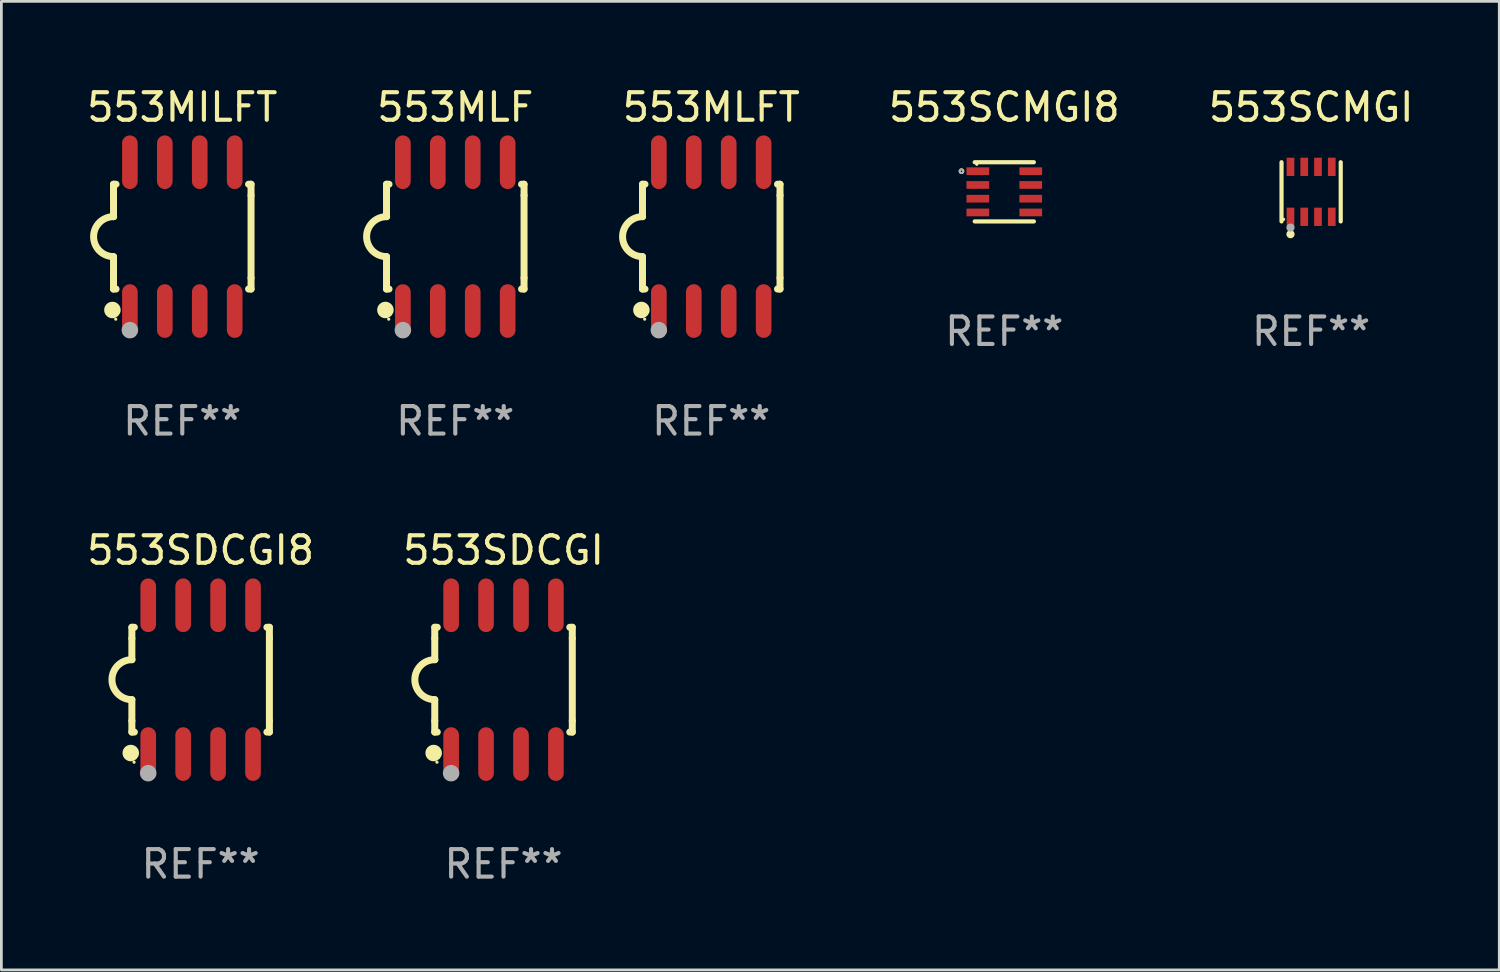
<source format=kicad_pcb>
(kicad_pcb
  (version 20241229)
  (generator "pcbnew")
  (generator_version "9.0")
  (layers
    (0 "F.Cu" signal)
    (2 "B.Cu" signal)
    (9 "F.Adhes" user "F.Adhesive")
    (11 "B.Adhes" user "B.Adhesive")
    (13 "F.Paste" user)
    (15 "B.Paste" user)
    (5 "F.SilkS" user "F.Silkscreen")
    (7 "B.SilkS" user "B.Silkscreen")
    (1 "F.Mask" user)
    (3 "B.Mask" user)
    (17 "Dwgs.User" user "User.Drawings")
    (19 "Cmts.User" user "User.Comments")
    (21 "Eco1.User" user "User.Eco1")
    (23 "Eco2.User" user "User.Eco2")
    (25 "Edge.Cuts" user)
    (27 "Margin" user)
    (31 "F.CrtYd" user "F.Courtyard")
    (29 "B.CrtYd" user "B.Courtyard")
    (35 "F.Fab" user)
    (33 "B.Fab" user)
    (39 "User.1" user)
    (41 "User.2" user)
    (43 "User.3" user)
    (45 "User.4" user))
  (footprint "553MLFT"
    (layer "F.Cu")
    (at 22.808 5.553)
    (property "Reference" "553MLFT" (at 0 -4.705 0) (layer "F.SilkS") (effects (font (size 1 1) (thickness 0.15))))
    (attr through_hole)
    (fp_line (start -2.5 -1.905) (end -2.409 -1.905) (stroke (width 0.254) (type solid)) (layer "F.SilkS"))
    (fp_line (start -2.5 -1.5) (end -2.5 -1.905) (stroke (width 0.254) (type solid)) (layer "F.SilkS"))
    (fp_line (start -2.5 -1.5) (end -2.5 -0.726) (stroke (width 0.254) (type solid)) (layer "F.SilkS"))
    (fp_line (start -2.5 1.5) (end -2.5 0.727) (stroke (width 0.254) (type solid)) (layer "F.SilkS"))
    (fp_line (start -2.5 1.5) (end -2.5 1.905) (stroke (width 0.254) (type solid)) (layer "F.SilkS"))
    (fp_line (start -2.5 1.905) (end -2.409 1.905) (stroke (width 0.254) (type solid)) (layer "F.SilkS"))
    (fp_line (start 2.5 -1.905) (end 2.409 -1.905) (stroke (width 0.254) (type solid)) (layer "F.SilkS"))
    (fp_line (start 2.5 -1.5) (end 2.5 -1.905) (stroke (width 0.254) (type solid)) (layer "F.SilkS"))
    (fp_line (start 2.5 -1.5) (end 2.5 1.5) (stroke (width 0.254) (type solid)) (layer "F.SilkS"))
    (fp_line (start 2.5 1.5) (end 2.5 1.905) (stroke (width 0.254) (type solid)) (layer "F.SilkS"))
    (fp_line (start 2.5 1.905) (end 2.409 1.905) (stroke (width 0.254) (type solid)) (layer "F.SilkS"))
    (fp_arc (start -2.5 0.726568) (mid -3.220316 -0.0023) (end -2.495097 -0.726289) (stroke (width 0.254001) (type solid)) (layer "F.SilkS"))
    (fp_circle (center -2.54 2.667) (end -2.39 2.667) (stroke (width 0.3) (type solid)) (fill no) (layer "F.SilkS"))
    (fp_circle (center -2.42 3) (end -2.39 3) (stroke (width 0.06) (type solid)) (fill no) (layer "F.SilkS"))
    (fp_circle (center -1.905 3.4) (end -1.755 3.4) (stroke (width 0.3) (type solid)) (fill no) (layer "F.Fab"))
    (fp_text user "REF**" (at 0 6.705 0) (layer "F.Fab") (effects (font (size 1 1) (thickness 0.15))))
    (pad "1" smd oval (at -1.905 2.705) (size 0.568 1.95) (layers "F.Cu" "F.Mask" "F.Paste"))
    (pad "2" smd oval (at -0.635 2.705) (size 0.568 1.95) (layers "F.Cu" "F.Mask" "F.Paste"))
    (pad "3" smd oval (at 0.635 2.705) (size 0.568 1.95) (layers "F.Cu" "F.Mask" "F.Paste"))
    (pad "4" smd oval (at 1.905 2.705) (size 0.568 1.95) (layers "F.Cu" "F.Mask" "F.Paste"))
    (pad "5" smd oval (at 1.905 -2.705) (size 0.568 1.95) (layers "F.Cu" "F.Mask" "F.Paste"))
    (pad "6" smd oval (at 0.635 -2.705) (size 0.568 1.95) (layers "F.Cu" "F.Mask" "F.Paste"))
    (pad "7" smd oval (at -0.635 -2.705) (size 0.568 1.95) (layers "F.Cu" "F.Mask" "F.Paste"))
    (pad "8" smd oval (at -1.905 -2.705) (size 0.568 1.95) (layers "F.Cu" "F.Mask" "F.Paste")))
  (footprint "553MLF"
    (layer "F.Cu")
    (at 13.502 5.553)
    (property "Reference" "553MLF" (at 0 -4.705 0) (layer "F.SilkS") (effects (font (size 1 1) (thickness 0.15))))
    (attr through_hole)
    (fp_line (start -2.5 -1.905) (end -2.409 -1.905) (stroke (width 0.254) (type solid)) (layer "F.SilkS"))
    (fp_line (start -2.5 -1.5) (end -2.5 -1.905) (stroke (width 0.254) (type solid)) (layer "F.SilkS"))
    (fp_line (start -2.5 -1.5) (end -2.5 -0.726) (stroke (width 0.254) (type solid)) (layer "F.SilkS"))
    (fp_line (start -2.5 1.5) (end -2.5 0.727) (stroke (width 0.254) (type solid)) (layer "F.SilkS"))
    (fp_line (start -2.5 1.5) (end -2.5 1.905) (stroke (width 0.254) (type solid)) (layer "F.SilkS"))
    (fp_line (start -2.5 1.905) (end -2.409 1.905) (stroke (width 0.254) (type solid)) (layer "F.SilkS"))
    (fp_line (start 2.5 -1.905) (end 2.409 -1.905) (stroke (width 0.254) (type solid)) (layer "F.SilkS"))
    (fp_line (start 2.5 -1.5) (end 2.5 -1.905) (stroke (width 0.254) (type solid)) (layer "F.SilkS"))
    (fp_line (start 2.5 -1.5) (end 2.5 1.5) (stroke (width 0.254) (type solid)) (layer "F.SilkS"))
    (fp_line (start 2.5 1.5) (end 2.5 1.905) (stroke (width 0.254) (type solid)) (layer "F.SilkS"))
    (fp_line (start 2.5 1.905) (end 2.409 1.905) (stroke (width 0.254) (type solid)) (layer "F.SilkS"))
    (fp_arc (start -2.5 0.726568) (mid -3.220316 -0.0023) (end -2.495097 -0.726289) (stroke (width 0.254001) (type solid)) (layer "F.SilkS"))
    (fp_circle (center -2.54 2.667) (end -2.39 2.667) (stroke (width 0.3) (type solid)) (fill no) (layer "F.SilkS"))
    (fp_circle (center -2.42 3) (end -2.39 3) (stroke (width 0.06) (type solid)) (fill no) (layer "F.SilkS"))
    (fp_circle (center -1.905 3.4) (end -1.755 3.4) (stroke (width 0.3) (type solid)) (fill no) (layer "F.Fab"))
    (fp_text user "REF**" (at 0 6.705 0) (layer "F.Fab") (effects (font (size 1 1) (thickness 0.15))))
    (pad "1" smd oval (at -1.905 2.705) (size 0.568 1.95) (layers "F.Cu" "F.Mask" "F.Paste"))
    (pad "2" smd oval (at -0.635 2.705) (size 0.568 1.95) (layers "F.Cu" "F.Mask" "F.Paste"))
    (pad "3" smd oval (at 0.635 2.705) (size 0.568 1.95) (layers "F.Cu" "F.Mask" "F.Paste"))
    (pad "4" smd oval (at 1.905 2.705) (size 0.568 1.95) (layers "F.Cu" "F.Mask" "F.Paste"))
    (pad "5" smd oval (at 1.905 -2.705) (size 0.568 1.95) (layers "F.Cu" "F.Mask" "F.Paste"))
    (pad "6" smd oval (at 0.635 -2.705) (size 0.568 1.95) (layers "F.Cu" "F.Mask" "F.Paste"))
    (pad "7" smd oval (at -0.635 -2.705) (size 0.568 1.95) (layers "F.Cu" "F.Mask" "F.Paste"))
    (pad "8" smd oval (at -1.905 -2.705) (size 0.568 1.95) (layers "F.Cu" "F.Mask" "F.Paste")))
  (footprint "553MILFT"
    (layer "F.Cu")
    (at 3.577 5.553)
    (property "Reference" "553MILFT" (at 0 -4.705 0) (layer "F.SilkS") (effects (font (size 1 1) (thickness 0.15))))
    (attr through_hole)
    (fp_line (start -2.5 -1.905) (end -2.409 -1.905) (stroke (width 0.254) (type solid)) (layer "F.SilkS"))
    (fp_line (start -2.5 -1.5) (end -2.5 -1.905) (stroke (width 0.254) (type solid)) (layer "F.SilkS"))
    (fp_line (start -2.5 -1.5) (end -2.5 -0.726) (stroke (width 0.254) (type solid)) (layer "F.SilkS"))
    (fp_line (start -2.5 1.5) (end -2.5 0.727) (stroke (width 0.254) (type solid)) (layer "F.SilkS"))
    (fp_line (start -2.5 1.5) (end -2.5 1.905) (stroke (width 0.254) (type solid)) (layer "F.SilkS"))
    (fp_line (start -2.5 1.905) (end -2.409 1.905) (stroke (width 0.254) (type solid)) (layer "F.SilkS"))
    (fp_line (start 2.5 -1.905) (end 2.409 -1.905) (stroke (width 0.254) (type solid)) (layer "F.SilkS"))
    (fp_line (start 2.5 -1.5) (end 2.5 -1.905) (stroke (width 0.254) (type solid)) (layer "F.SilkS"))
    (fp_line (start 2.5 -1.5) (end 2.5 1.5) (stroke (width 0.254) (type solid)) (layer "F.SilkS"))
    (fp_line (start 2.5 1.5) (end 2.5 1.905) (stroke (width 0.254) (type solid)) (layer "F.SilkS"))
    (fp_line (start 2.5 1.905) (end 2.409 1.905) (stroke (width 0.254) (type solid)) (layer "F.SilkS"))
    (fp_arc (start -2.5 0.726568) (mid -3.220316 -0.0023) (end -2.495097 -0.726289) (stroke (width 0.254001) (type solid)) (layer "F.SilkS"))
    (fp_circle (center -2.54 2.667) (end -2.39 2.667) (stroke (width 0.3) (type solid)) (fill no) (layer "F.SilkS"))
    (fp_circle (center -2.42 3) (end -2.39 3) (stroke (width 0.06) (type solid)) (fill no) (layer "F.SilkS"))
    (fp_circle (center -1.905 3.4) (end -1.755 3.4) (stroke (width 0.3) (type solid)) (fill no) (layer "F.Fab"))
    (fp_text user "REF**" (at 0 6.705 0) (layer "F.Fab") (effects (font (size 1 1) (thickness 0.15))))
    (pad "1" smd oval (at -1.905 2.705) (size 0.568 1.95) (layers "F.Cu" "F.Mask" "F.Paste"))
    (pad "2" smd oval (at -0.635 2.705) (size 0.568 1.95) (layers "F.Cu" "F.Mask" "F.Paste"))
    (pad "3" smd oval (at 0.635 2.705) (size 0.568 1.95) (layers "F.Cu" "F.Mask" "F.Paste"))
    (pad "4" smd oval (at 1.905 2.705) (size 0.568 1.95) (layers "F.Cu" "F.Mask" "F.Paste"))
    (pad "5" smd oval (at 1.905 -2.705) (size 0.568 1.95) (layers "F.Cu" "F.Mask" "F.Paste"))
    (pad "6" smd oval (at 0.635 -2.705) (size 0.568 1.95) (layers "F.Cu" "F.Mask" "F.Paste"))
    (pad "7" smd oval (at -0.635 -2.705) (size 0.568 1.95) (layers "F.Cu" "F.Mask" "F.Paste"))
    (pad "8" smd oval (at -1.905 -2.705) (size 0.568 1.95) (layers "F.Cu" "F.Mask" "F.Paste")))
  (footprint "553SDCGI8"
    (layer "F.Cu")
    (at 4.244 21.66)
    (property "Reference" "553SDCGI8" (at 0 -4.705 0) (layer "F.SilkS") (effects (font (size 1 1) (thickness 0.15))))
    (attr through_hole)
    (fp_line (start -2.5 -1.905) (end -2.409 -1.905) (stroke (width 0.254) (type solid)) (layer "F.SilkS"))
    (fp_line (start -2.5 -1.5) (end -2.5 -1.905) (stroke (width 0.254) (type solid)) (layer "F.SilkS"))
    (fp_line (start -2.5 -1.5) (end -2.5 -0.726) (stroke (width 0.254) (type solid)) (layer "F.SilkS"))
    (fp_line (start -2.5 1.5) (end -2.5 0.727) (stroke (width 0.254) (type solid)) (layer "F.SilkS"))
    (fp_line (start -2.5 1.5) (end -2.5 1.905) (stroke (width 0.254) (type solid)) (layer "F.SilkS"))
    (fp_line (start -2.5 1.905) (end -2.409 1.905) (stroke (width 0.254) (type solid)) (layer "F.SilkS"))
    (fp_line (start 2.5 -1.905) (end 2.409 -1.905) (stroke (width 0.254) (type solid)) (layer "F.SilkS"))
    (fp_line (start 2.5 -1.5) (end 2.5 -1.905) (stroke (width 0.254) (type solid)) (layer "F.SilkS"))
    (fp_line (start 2.5 -1.5) (end 2.5 1.5) (stroke (width 0.254) (type solid)) (layer "F.SilkS"))
    (fp_line (start 2.5 1.5) (end 2.5 1.905) (stroke (width 0.254) (type solid)) (layer "F.SilkS"))
    (fp_line (start 2.5 1.905) (end 2.409 1.905) (stroke (width 0.254) (type solid)) (layer "F.SilkS"))
    (fp_arc (start -2.5 0.726568) (mid -3.220316 -0.0023) (end -2.495097 -0.726289) (stroke (width 0.254001) (type solid)) (layer "F.SilkS"))
    (fp_circle (center -2.54 2.667) (end -2.39 2.667) (stroke (width 0.3) (type solid)) (fill no) (layer "F.SilkS"))
    (fp_circle (center -2.42 3) (end -2.39 3) (stroke (width 0.06) (type solid)) (fill no) (layer "F.SilkS"))
    (fp_circle (center -1.905 3.4) (end -1.755 3.4) (stroke (width 0.3) (type solid)) (fill no) (layer "F.Fab"))
    (fp_text user "REF**" (at 0 6.705 0) (layer "F.Fab") (effects (font (size 1 1) (thickness 0.15))))
    (pad "1" smd oval (at -1.905 2.705) (size 0.568 1.95) (layers "F.Cu" "F.Mask" "F.Paste"))
    (pad "2" smd oval (at -0.635 2.705) (size 0.568 1.95) (layers "F.Cu" "F.Mask" "F.Paste"))
    (pad "3" smd oval (at 0.635 2.705) (size 0.568 1.95) (layers "F.Cu" "F.Mask" "F.Paste"))
    (pad "4" smd oval (at 1.905 2.705) (size 0.568 1.95) (layers "F.Cu" "F.Mask" "F.Paste"))
    (pad "5" smd oval (at 1.905 -2.705) (size 0.568 1.95) (layers "F.Cu" "F.Mask" "F.Paste"))
    (pad "6" smd oval (at 0.635 -2.705) (size 0.568 1.95) (layers "F.Cu" "F.Mask" "F.Paste"))
    (pad "7" smd oval (at -0.635 -2.705) (size 0.568 1.95) (layers "F.Cu" "F.Mask" "F.Paste"))
    (pad "8" smd oval (at -1.905 -2.705) (size 0.568 1.95) (layers "F.Cu" "F.Mask" "F.Paste")))
  (footprint "553SCMGI8"
    (layer "F.Cu")
    (at 33.462 3.924)
    (property "Reference" "553SCMGI8" (at 0 -3.076 0) (layer "F.SilkS") (effects (font (size 1 1) (thickness 0.15))))
    (attr through_hole)
    (fp_line (start -1.076 -1.076) (end 1.076 -1.076) (stroke (width 0.152) (type solid)) (layer "F.SilkS"))
    (fp_line (start -1.076 1.076) (end 1.076 1.076) (stroke (width 0.152) (type solid)) (layer "F.SilkS"))
    (fp_circle (center -1.557 -0.75) (end -1.523 -0.75) (stroke (width 0.069) (type solid)) (fill no) (layer "F.SilkS"))
    (fp_circle (center -1 -1) (end -0.97 -1) (stroke (width 0.06) (type solid)) (fill no) (layer "F.SilkS"))
    (fp_circle (center -1.557 -0.75) (end -1.523 -0.75) (stroke (width 0.069) (type solid)) (fill no) (layer "F.Fab"))
    (fp_text user "REF**" (at 0 5.076 0) (layer "F.Fab") (effects (font (size 1 1) (thickness 0.15))))
    (pad "1" smd rect (at -0.962 -0.75) (size 0.825 0.28) (layers "F.Cu" "F.Mask" "F.Paste"))
    (pad "2" smd rect (at -0.962 -0.25) (size 0.825 0.28) (layers "F.Cu" "F.Mask" "F.Paste"))
    (pad "3" smd rect (at -0.962 0.25) (size 0.825 0.28) (layers "F.Cu" "F.Mask" "F.Paste"))
    (pad "4" smd rect (at -0.962 0.75) (size 0.825 0.28) (layers "F.Cu" "F.Mask" "F.Paste"))
    (pad "5" smd rect (at 0.962 0.75) (size 0.825 0.28) (layers "F.Cu" "F.Mask" "F.Paste"))
    (pad "6" smd rect (at 0.962 0.25) (size 0.825 0.28) (layers "F.Cu" "F.Mask" "F.Paste"))
    (pad "7" smd rect (at 0.962 -0.25) (size 0.825 0.28) (layers "F.Cu" "F.Mask" "F.Paste"))
    (pad "8" smd rect (at 0.962 -0.75) (size 0.825 0.28) (layers "F.Cu" "F.Mask" "F.Paste")))
  (footprint "553SCMGI"
    (layer "F.Cu")
    (at 44.617 3.924)
    (property "Reference" "553SCMGI" (at 0 -3.076 0) (layer "F.SilkS") (effects (font (size 1 1) (thickness 0.15))))
    (attr through_hole)
    (fp_line (start -1.076 1.076) (end -1.076 -1.076) (stroke (width 0.152) (type solid)) (layer "F.SilkS"))
    (fp_line (start 1.076 1.076) (end 1.076 -1.076) (stroke (width 0.152) (type solid)) (layer "F.SilkS"))
    (fp_circle (center -1 1) (end -0.97 1) (stroke (width 0.06) (type solid)) (fill no) (layer "F.SilkS"))
    (fp_circle (center -0.75 1.54) (end -0.675 1.54) (stroke (width 0.15) (type solid)) (fill no) (layer "F.SilkS"))
    (fp_circle (center -0.75 1.3) (end -0.675 1.3) (stroke (width 0.15) (type solid)) (fill no) (layer "F.Fab"))
    (fp_text user "REF**" (at 0 5.076 0) (layer "F.Fab") (effects (font (size 1 1) (thickness 0.15))))
    (pad "1" smd rect (at -0.75 0.908) (size 0.28 0.665) (layers "F.Cu" "F.Mask" "F.Paste"))
    (pad "2" smd rect (at -0.25 0.908) (size 0.28 0.665) (layers "F.Cu" "F.Mask" "F.Paste"))
    (pad "3" smd rect (at 0.25 0.908) (size 0.28 0.665) (layers "F.Cu" "F.Mask" "F.Paste"))
    (pad "4" smd rect (at 0.75 0.908) (size 0.28 0.665) (layers "F.Cu" "F.Mask" "F.Paste"))
    (pad "5" smd rect (at 0.75 -0.908) (size 0.28 0.665) (layers "F.Cu" "F.Mask" "F.Paste"))
    (pad "6" smd rect (at 0.25 -0.908) (size 0.28 0.665) (layers "F.Cu" "F.Mask" "F.Paste"))
    (pad "7" smd rect (at -0.25 -0.908) (size 0.28 0.665) (layers "F.Cu" "F.Mask" "F.Paste"))
    (pad "8" smd rect (at -0.75 -0.908) (size 0.28 0.665) (layers "F.Cu" "F.Mask" "F.Paste")))
  (footprint "553SDCGI"
    (layer "F.Cu")
    (at 15.256 21.66)
    (property "Reference" "553SDCGI" (at 0 -4.705 0) (layer "F.SilkS") (effects (font (size 1 1) (thickness 0.15))))
    (attr through_hole)
    (fp_line (start -2.5 -1.905) (end -2.409 -1.905) (stroke (width 0.254) (type solid)) (layer "F.SilkS"))
    (fp_line (start -2.5 -1.5) (end -2.5 -1.905) (stroke (width 0.254) (type solid)) (layer "F.SilkS"))
    (fp_line (start -2.5 -1.5) (end -2.5 -0.726) (stroke (width 0.254) (type solid)) (layer "F.SilkS"))
    (fp_line (start -2.5 1.5) (end -2.5 0.727) (stroke (width 0.254) (type solid)) (layer "F.SilkS"))
    (fp_line (start -2.5 1.5) (end -2.5 1.905) (stroke (width 0.254) (type solid)) (layer "F.SilkS"))
    (fp_line (start -2.5 1.905) (end -2.409 1.905) (stroke (width 0.254) (type solid)) (layer "F.SilkS"))
    (fp_line (start 2.5 -1.905) (end 2.409 -1.905) (stroke (width 0.254) (type solid)) (layer "F.SilkS"))
    (fp_line (start 2.5 -1.5) (end 2.5 -1.905) (stroke (width 0.254) (type solid)) (layer "F.SilkS"))
    (fp_line (start 2.5 -1.5) (end 2.5 1.5) (stroke (width 0.254) (type solid)) (layer "F.SilkS"))
    (fp_line (start 2.5 1.5) (end 2.5 1.905) (stroke (width 0.254) (type solid)) (layer "F.SilkS"))
    (fp_line (start 2.5 1.905) (end 2.409 1.905) (stroke (width 0.254) (type solid)) (layer "F.SilkS"))
    (fp_arc (start -2.5 0.726568) (mid -3.220316 -0.0023) (end -2.495097 -0.726289) (stroke (width 0.254001) (type solid)) (layer "F.SilkS"))
    (fp_circle (center -2.54 2.667) (end -2.39 2.667) (stroke (width 0.3) (type solid)) (fill no) (layer "F.SilkS"))
    (fp_circle (center -2.42 3) (end -2.39 3) (stroke (width 0.06) (type solid)) (fill no) (layer "F.SilkS"))
    (fp_circle (center -1.905 3.4) (end -1.755 3.4) (stroke (width 0.3) (type solid)) (fill no) (layer "F.Fab"))
    (fp_text user "REF**" (at 0 6.705 0) (layer "F.Fab") (effects (font (size 1 1) (thickness 0.15))))
    (pad "1" smd oval (at -1.905 2.705) (size 0.568 1.95) (layers "F.Cu" "F.Mask" "F.Paste"))
    (pad "2" smd oval (at -0.635 2.705) (size 0.568 1.95) (layers "F.Cu" "F.Mask" "F.Paste"))
    (pad "3" smd oval (at 0.635 2.705) (size 0.568 1.95) (layers "F.Cu" "F.Mask" "F.Paste"))
    (pad "4" smd oval (at 1.905 2.705) (size 0.568 1.95) (layers "F.Cu" "F.Mask" "F.Paste"))
    (pad "5" smd oval (at 1.905 -2.705) (size 0.568 1.95) (layers "F.Cu" "F.Mask" "F.Paste"))
    (pad "6" smd oval (at 0.635 -2.705) (size 0.568 1.95) (layers "F.Cu" "F.Mask" "F.Paste"))
    (pad "7" smd oval (at -0.635 -2.705) (size 0.568 1.95) (layers "F.Cu" "F.Mask" "F.Paste"))
    (pad "8" smd oval (at -1.905 -2.705) (size 0.568 1.95) (layers "F.Cu" "F.Mask" "F.Paste")))
  (gr_rect
    (start -3 -3)
    (end 51.457 32.213)
    (stroke (width 0.1) (type default))
    (fill no)
    (layer "Edge.Cuts")))
</source>
